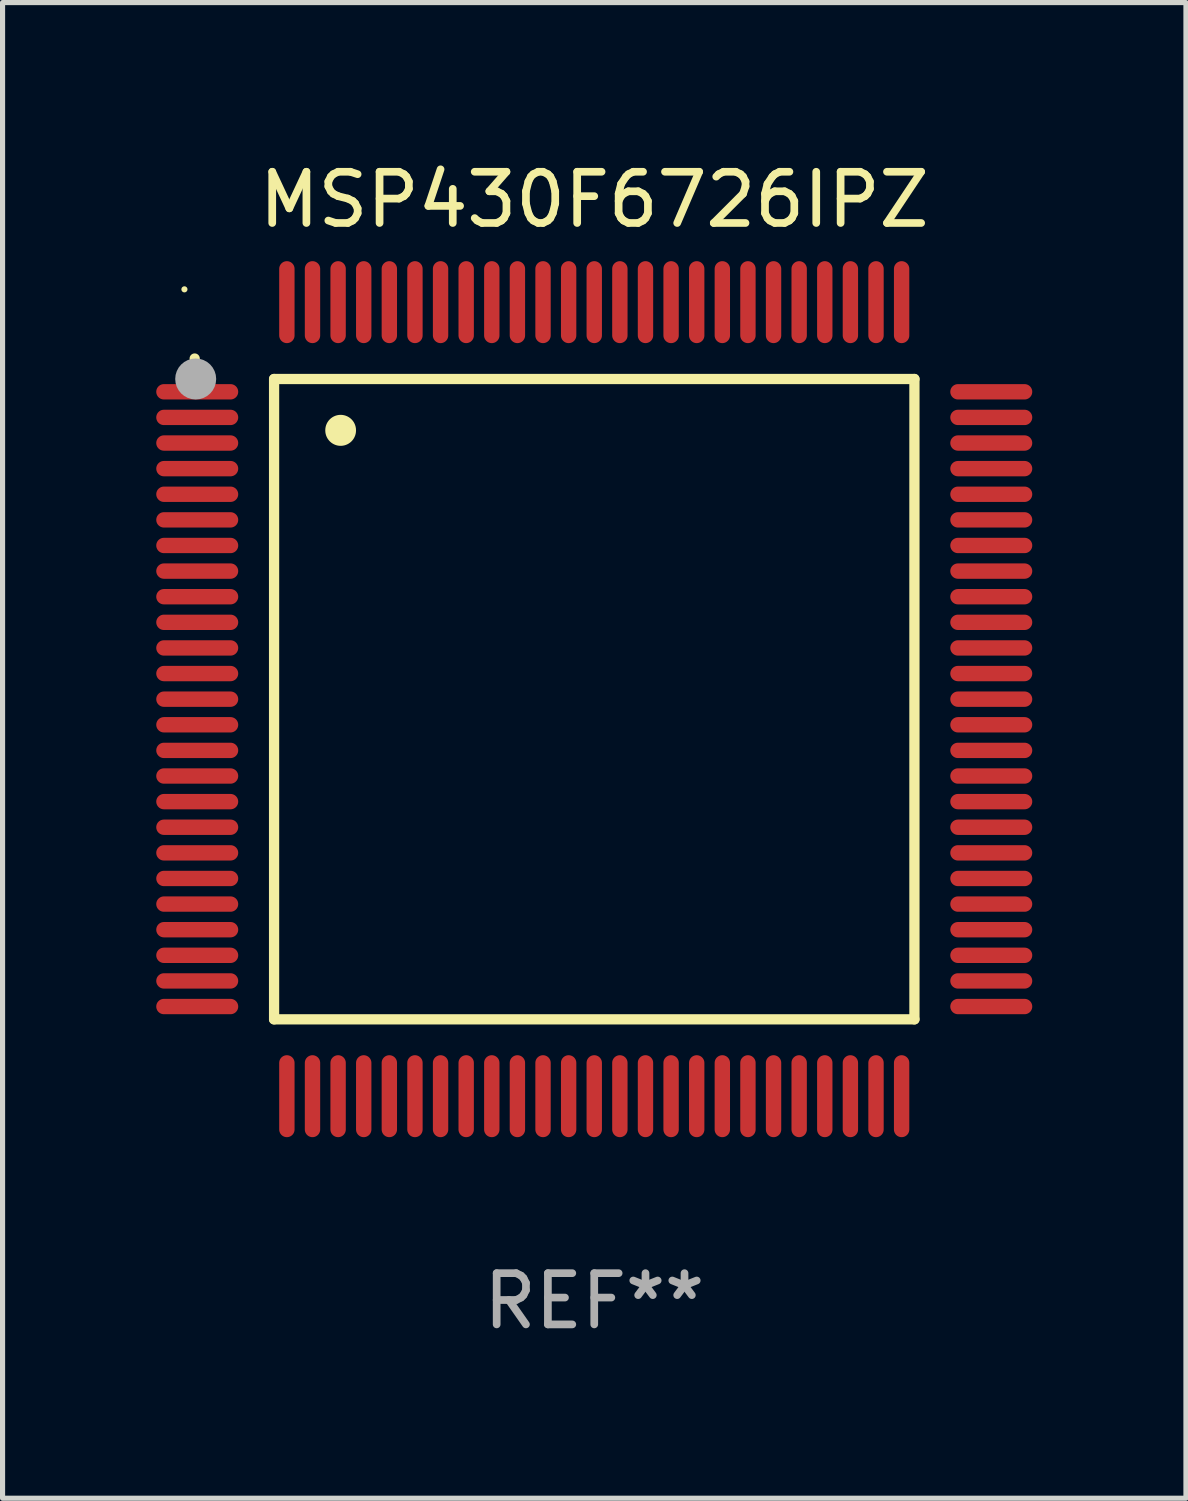
<source format=kicad_pcb>
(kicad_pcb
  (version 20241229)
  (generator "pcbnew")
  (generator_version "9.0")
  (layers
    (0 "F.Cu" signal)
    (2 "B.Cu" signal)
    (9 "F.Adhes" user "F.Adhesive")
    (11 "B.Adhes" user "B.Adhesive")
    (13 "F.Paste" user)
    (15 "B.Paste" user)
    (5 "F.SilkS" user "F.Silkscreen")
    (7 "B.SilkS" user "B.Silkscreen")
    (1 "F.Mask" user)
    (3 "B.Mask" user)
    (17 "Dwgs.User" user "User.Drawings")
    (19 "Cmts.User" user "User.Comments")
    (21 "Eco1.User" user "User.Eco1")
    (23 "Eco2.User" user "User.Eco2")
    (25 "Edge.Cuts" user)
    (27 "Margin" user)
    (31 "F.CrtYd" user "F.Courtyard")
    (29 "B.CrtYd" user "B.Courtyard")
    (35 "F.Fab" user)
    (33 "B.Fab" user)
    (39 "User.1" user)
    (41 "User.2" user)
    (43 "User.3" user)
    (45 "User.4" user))
  (footprint "MSP430F6726IPZ"
    (layer "F.Cu")
    (at 8.55 10.598)
    (property "Reference" "MSP430F6726IPZ" (at 0 -9.75 0) (layer "F.SilkS") (effects (font (size 1 1) (thickness 0.15))))
    (attr through_hole)
    (fp_line (start -6.25 -6.25) (end -6.25 6.25) (stroke (width 0.2) (type solid)) (layer "F.SilkS"))
    (fp_line (start -6.25 6.25) (end 6.25 6.25) (stroke (width 0.2) (type solid)) (layer "F.SilkS"))
    (fp_line (start 6.25 -6.25) (end -6.25 -6.25) (stroke (width 0.2) (type solid)) (layer "F.SilkS"))
    (fp_line (start 6.25 6.25) (end 6.25 -6.25) (stroke (width 0.2) (type solid)) (layer "F.SilkS"))
    (fp_arc (start -7.799568 -6.647625) (mid -7.799571 -6.648463) (end -7.799568 -6.649301) (stroke (width 0.2) (type solid)) (layer "F.SilkS"))
    (fp_arc (start -4.95047 -5.245111) (mid -4.950481 -5.247651) (end -4.95047 -5.250191) (stroke (width 0.6) (type solid)) (layer "F.SilkS"))
    (fp_circle (center -8 -8) (end -7.97 -8) (stroke (width 0.06) (type solid)) (fill no) (layer "F.SilkS"))
    (fp_circle (center -7.78 -6.25) (end -7.58 -6.25) (stroke (width 0.4) (type solid)) (fill no) (layer "F.Fab"))
    (fp_text user "REF**" (at 0 11.75 0) (layer "F.Fab") (effects (font (size 1 1) (thickness 0.15))))
    (pad "1" smd oval (at -7.75 -6 90) (size 0.3 1.6) (layers "F.Cu" "F.Mask" "F.Paste"))
    (pad "2" smd oval (at -7.75 -5.5 90) (size 0.3 1.6) (layers "F.Cu" "F.Mask" "F.Paste"))
    (pad "3" smd oval (at -7.75 -5 90) (size 0.3 1.6) (layers "F.Cu" "F.Mask" "F.Paste"))
    (pad "4" smd oval (at -7.75 -4.5 90) (size 0.3 1.6) (layers "F.Cu" "F.Mask" "F.Paste"))
    (pad "5" smd oval (at -7.75 -4 90) (size 0.3 1.6) (layers "F.Cu" "F.Mask" "F.Paste"))
    (pad "6" smd oval (at -7.75 -3.5 90) (size 0.3 1.6) (layers "F.Cu" "F.Mask" "F.Paste"))
    (pad "7" smd oval (at -7.75 -3 90) (size 0.3 1.6) (layers "F.Cu" "F.Mask" "F.Paste"))
    (pad "8" smd oval (at -7.75 -2.5 90) (size 0.3 1.6) (layers "F.Cu" "F.Mask" "F.Paste"))
    (pad "9" smd oval (at -7.75 -2 90) (size 0.3 1.6) (layers "F.Cu" "F.Mask" "F.Paste"))
    (pad "10" smd oval (at -7.75 -1.5 90) (size 0.3 1.6) (layers "F.Cu" "F.Mask" "F.Paste"))
    (pad "11" smd oval (at -7.75 -1 90) (size 0.3 1.6) (layers "F.Cu" "F.Mask" "F.Paste"))
    (pad "12" smd oval (at -7.75 -0.5 90) (size 0.3 1.6) (layers "F.Cu" "F.Mask" "F.Paste"))
    (pad "13" smd oval (at -7.75 0 90) (size 0.3 1.6) (layers "F.Cu" "F.Mask" "F.Paste"))
    (pad "14" smd oval (at -7.75 0.5 90) (size 0.3 1.6) (layers "F.Cu" "F.Mask" "F.Paste"))
    (pad "15" smd oval (at -7.75 1 90) (size 0.3 1.6) (layers "F.Cu" "F.Mask" "F.Paste"))
    (pad "16" smd oval (at -7.75 1.5 90) (size 0.3 1.6) (layers "F.Cu" "F.Mask" "F.Paste"))
    (pad "17" smd oval (at -7.75 2 90) (size 0.3 1.6) (layers "F.Cu" "F.Mask" "F.Paste"))
    (pad "18" smd oval (at -7.75 2.5 90) (size 0.3 1.6) (layers "F.Cu" "F.Mask" "F.Paste"))
    (pad "19" smd oval (at -7.75 3 90) (size 0.3 1.6) (layers "F.Cu" "F.Mask" "F.Paste"))
    (pad "20" smd oval (at -7.75 3.5 90) (size 0.3 1.6) (layers "F.Cu" "F.Mask" "F.Paste"))
    (pad "21" smd oval (at -7.75 4 90) (size 0.3 1.6) (layers "F.Cu" "F.Mask" "F.Paste"))
    (pad "22" smd oval (at -7.75 4.5 90) (size 0.3 1.6) (layers "F.Cu" "F.Mask" "F.Paste"))
    (pad "23" smd oval (at -7.75 5 90) (size 0.3 1.6) (layers "F.Cu" "F.Mask" "F.Paste"))
    (pad "24" smd oval (at -7.75 5.5 90) (size 0.3 1.6) (layers "F.Cu" "F.Mask" "F.Paste"))
    (pad "25" smd oval (at -7.75 6 90) (size 0.3 1.6) (layers "F.Cu" "F.Mask" "F.Paste"))
    (pad "26" smd oval (at -6 7.75) (size 0.3 1.6) (layers "F.Cu" "F.Mask" "F.Paste"))
    (pad "27" smd oval (at -5.5 7.75) (size 0.3 1.6) (layers "F.Cu" "F.Mask" "F.Paste"))
    (pad "28" smd oval (at -5 7.75) (size 0.3 1.6) (layers "F.Cu" "F.Mask" "F.Paste"))
    (pad "29" smd oval (at -4.5 7.75) (size 0.3 1.6) (layers "F.Cu" "F.Mask" "F.Paste"))
    (pad "30" smd oval (at -4 7.75) (size 0.3 1.6) (layers "F.Cu" "F.Mask" "F.Paste"))
    (pad "31" smd oval (at -3.5 7.75) (size 0.3 1.6) (layers "F.Cu" "F.Mask" "F.Paste"))
    (pad "32" smd oval (at -3 7.75) (size 0.3 1.6) (layers "F.Cu" "F.Mask" "F.Paste"))
    (pad "33" smd oval (at -2.5 7.75) (size 0.3 1.6) (layers "F.Cu" "F.Mask" "F.Paste"))
    (pad "34" smd oval (at -2 7.75) (size 0.3 1.6) (layers "F.Cu" "F.Mask" "F.Paste"))
    (pad "35" smd oval (at -1.5 7.75) (size 0.3 1.6) (layers "F.Cu" "F.Mask" "F.Paste"))
    (pad "36" smd oval (at -1 7.75) (size 0.3 1.6) (layers "F.Cu" "F.Mask" "F.Paste"))
    (pad "37" smd oval (at -0.5 7.75) (size 0.3 1.6) (layers "F.Cu" "F.Mask" "F.Paste"))
    (pad "38" smd oval (at 0 7.75) (size 0.3 1.6) (layers "F.Cu" "F.Mask" "F.Paste"))
    (pad "39" smd oval (at 0.5 7.75) (size 0.3 1.6) (layers "F.Cu" "F.Mask" "F.Paste"))
    (pad "40" smd oval (at 1 7.75) (size 0.3 1.6) (layers "F.Cu" "F.Mask" "F.Paste"))
    (pad "41" smd oval (at 1.5 7.75) (size 0.3 1.6) (layers "F.Cu" "F.Mask" "F.Paste"))
    (pad "42" smd oval (at 2 7.75) (size 0.3 1.6) (layers "F.Cu" "F.Mask" "F.Paste"))
    (pad "43" smd oval (at 2.5 7.75) (size 0.3 1.6) (layers "F.Cu" "F.Mask" "F.Paste"))
    (pad "44" smd oval (at 3 7.75) (size 0.3 1.6) (layers "F.Cu" "F.Mask" "F.Paste"))
    (pad "45" smd oval (at 3.5 7.75) (size 0.3 1.6) (layers "F.Cu" "F.Mask" "F.Paste"))
    (pad "46" smd oval (at 4 7.75) (size 0.3 1.6) (layers "F.Cu" "F.Mask" "F.Paste"))
    (pad "47" smd oval (at 4.5 7.75) (size 0.3 1.6) (layers "F.Cu" "F.Mask" "F.Paste"))
    (pad "48" smd oval (at 5 7.75) (size 0.3 1.6) (layers "F.Cu" "F.Mask" "F.Paste"))
    (pad "49" smd oval (at 5.5 7.75) (size 0.3 1.6) (layers "F.Cu" "F.Mask" "F.Paste"))
    (pad "50" smd oval (at 6 7.75) (size 0.3 1.6) (layers "F.Cu" "F.Mask" "F.Paste"))
    (pad "51" smd oval (at 7.75 6 90) (size 0.3 1.6) (layers "F.Cu" "F.Mask" "F.Paste"))
    (pad "52" smd oval (at 7.75 5.5 90) (size 0.3 1.6) (layers "F.Cu" "F.Mask" "F.Paste"))
    (pad "53" smd oval (at 7.75 5 90) (size 0.3 1.6) (layers "F.Cu" "F.Mask" "F.Paste"))
    (pad "54" smd oval (at 7.75 4.5 90) (size 0.3 1.6) (layers "F.Cu" "F.Mask" "F.Paste"))
    (pad "55" smd oval (at 7.75 4 90) (size 0.3 1.6) (layers "F.Cu" "F.Mask" "F.Paste"))
    (pad "56" smd oval (at 7.75 3.5 90) (size 0.3 1.6) (layers "F.Cu" "F.Mask" "F.Paste"))
    (pad "57" smd oval (at 7.75 3 90) (size 0.3 1.6) (layers "F.Cu" "F.Mask" "F.Paste"))
    (pad "58" smd oval (at 7.75 2.5 90) (size 0.3 1.6) (layers "F.Cu" "F.Mask" "F.Paste"))
    (pad "59" smd oval (at 7.75 2 90) (size 0.3 1.6) (layers "F.Cu" "F.Mask" "F.Paste"))
    (pad "60" smd oval (at 7.75 1.5 90) (size 0.3 1.6) (layers "F.Cu" "F.Mask" "F.Paste"))
    (pad "61" smd oval (at 7.75 1 90) (size 0.3 1.6) (layers "F.Cu" "F.Mask" "F.Paste"))
    (pad "62" smd oval (at 7.75 0.5 90) (size 0.3 1.6) (layers "F.Cu" "F.Mask" "F.Paste"))
    (pad "63" smd oval (at 7.75 0 90) (size 0.3 1.6) (layers "F.Cu" "F.Mask" "F.Paste"))
    (pad "64" smd oval (at 7.75 -0.5 90) (size 0.3 1.6) (layers "F.Cu" "F.Mask" "F.Paste"))
    (pad "65" smd oval (at 7.75 -1 90) (size 0.3 1.6) (layers "F.Cu" "F.Mask" "F.Paste"))
    (pad "66" smd oval (at 7.75 -1.5 90) (size 0.3 1.6) (layers "F.Cu" "F.Mask" "F.Paste"))
    (pad "67" smd oval (at 7.75 -2 90) (size 0.3 1.6) (layers "F.Cu" "F.Mask" "F.Paste"))
    (pad "68" smd oval (at 7.75 -2.5 90) (size 0.3 1.6) (layers "F.Cu" "F.Mask" "F.Paste"))
    (pad "69" smd oval (at 7.75 -3 90) (size 0.3 1.6) (layers "F.Cu" "F.Mask" "F.Paste"))
    (pad "70" smd oval (at 7.75 -3.5 90) (size 0.3 1.6) (layers "F.Cu" "F.Mask" "F.Paste"))
    (pad "71" smd oval (at 7.75 -4 90) (size 0.3 1.6) (layers "F.Cu" "F.Mask" "F.Paste"))
    (pad "72" smd oval (at 7.75 -4.5 90) (size 0.3 1.6) (layers "F.Cu" "F.Mask" "F.Paste"))
    (pad "73" smd oval (at 7.75 -5 90) (size 0.3 1.6) (layers "F.Cu" "F.Mask" "F.Paste"))
    (pad "74" smd oval (at 7.75 -5.5 90) (size 0.3 1.6) (layers "F.Cu" "F.Mask" "F.Paste"))
    (pad "75" smd oval (at 7.75 -6 90) (size 0.3 1.6) (layers "F.Cu" "F.Mask" "F.Paste"))
    (pad "76" smd oval (at 6 -7.75) (size 0.3 1.6) (layers "F.Cu" "F.Mask" "F.Paste"))
    (pad "77" smd oval (at 5.5 -7.75) (size 0.3 1.6) (layers "F.Cu" "F.Mask" "F.Paste"))
    (pad "78" smd oval (at 5 -7.75) (size 0.3 1.6) (layers "F.Cu" "F.Mask" "F.Paste"))
    (pad "79" smd oval (at 4.5 -7.75) (size 0.3 1.6) (layers "F.Cu" "F.Mask" "F.Paste"))
    (pad "80" smd oval (at 4 -7.75) (size 0.3 1.6) (layers "F.Cu" "F.Mask" "F.Paste"))
    (pad "81" smd oval (at 3.5 -7.75) (size 0.3 1.6) (layers "F.Cu" "F.Mask" "F.Paste"))
    (pad "82" smd oval (at 3 -7.75) (size 0.3 1.6) (layers "F.Cu" "F.Mask" "F.Paste"))
    (pad "83" smd oval (at 2.5 -7.75) (size 0.3 1.6) (layers "F.Cu" "F.Mask" "F.Paste"))
    (pad "84" smd oval (at 2 -7.75) (size 0.3 1.6) (layers "F.Cu" "F.Mask" "F.Paste"))
    (pad "85" smd oval (at 1.5 -7.75) (size 0.3 1.6) (layers "F.Cu" "F.Mask" "F.Paste"))
    (pad "86" smd oval (at 1 -7.75) (size 0.3 1.6) (layers "F.Cu" "F.Mask" "F.Paste"))
    (pad "87" smd oval (at 0.5 -7.75) (size 0.3 1.6) (layers "F.Cu" "F.Mask" "F.Paste"))
    (pad "88" smd oval (at 0 -7.75) (size 0.3 1.6) (layers "F.Cu" "F.Mask" "F.Paste"))
    (pad "89" smd oval (at -0.5 -7.75) (size 0.3 1.6) (layers "F.Cu" "F.Mask" "F.Paste"))
    (pad "90" smd oval (at -1 -7.75) (size 0.3 1.6) (layers "F.Cu" "F.Mask" "F.Paste"))
    (pad "91" smd oval (at -1.5 -7.75) (size 0.3 1.6) (layers "F.Cu" "F.Mask" "F.Paste"))
    (pad "92" smd oval (at -2 -7.75) (size 0.3 1.6) (layers "F.Cu" "F.Mask" "F.Paste"))
    (pad "93" smd oval (at -2.5 -7.75) (size 0.3 1.6) (layers "F.Cu" "F.Mask" "F.Paste"))
    (pad "94" smd oval (at -3 -7.75) (size 0.3 1.6) (layers "F.Cu" "F.Mask" "F.Paste"))
    (pad "95" smd oval (at -3.5 -7.75) (size 0.3 1.6) (layers "F.Cu" "F.Mask" "F.Paste"))
    (pad "96" smd oval (at -4 -7.75) (size 0.3 1.6) (layers "F.Cu" "F.Mask" "F.Paste"))
    (pad "97" smd oval (at -4.5 -7.75) (size 0.3 1.6) (layers "F.Cu" "F.Mask" "F.Paste"))
    (pad "98" smd oval (at -5 -7.75) (size 0.3 1.6) (layers "F.Cu" "F.Mask" "F.Paste"))
    (pad "99" smd oval (at -5.5 -7.75) (size 0.3 1.6) (layers "F.Cu" "F.Mask" "F.Paste"))
    (pad "100" smd oval (at -6 -7.75) (size 0.3 1.6) (layers "F.Cu" "F.Mask" "F.Paste")))
  (gr_rect
    (start -3 -3)
    (end 20.1 26.196)
    (stroke (width 0.1) (type default))
    (fill no)
    (layer "Edge.Cuts")))
</source>
